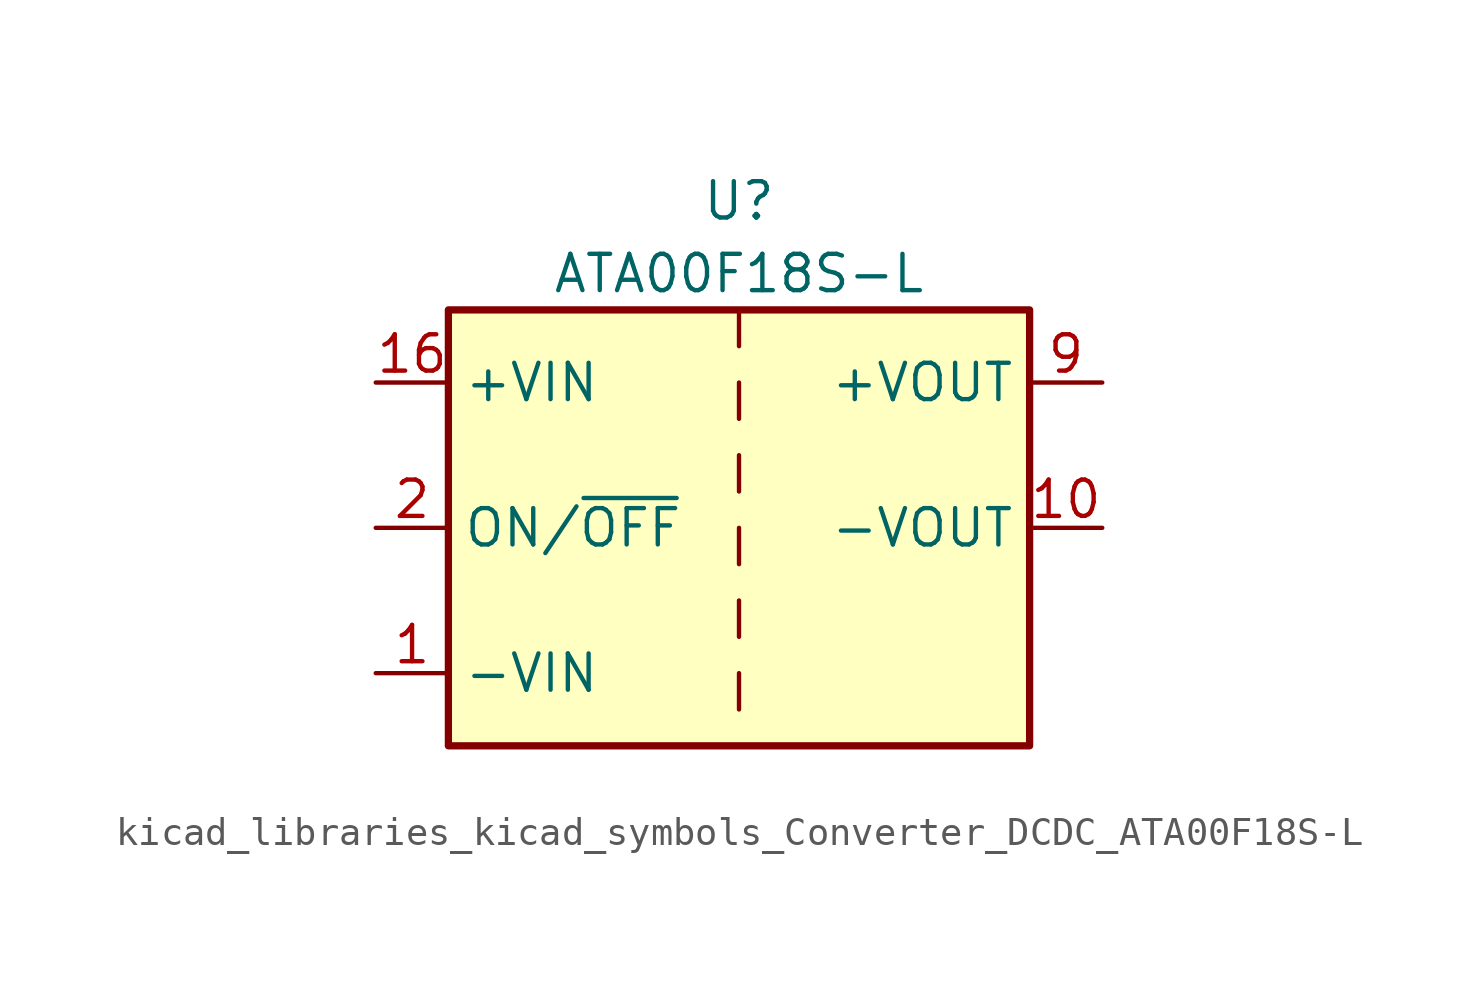
<source format=kicad_sym>
(kicad_symbol_lib
  (version 20220914)
  (generator kicad_symbol_editor)
  (symbol "kicad_libraries_kicad_symbols_Converter_DCDC_ATA00F18S-L"
    (property "Reference" "U"
      (at 0 11.43 0)
      (effects (font (size 1.27 1.27))))
    (property "Value" "ATA00F18S-L"
      (at 0 8.89 0)
      (effects (font (size 1.27 1.27))))
    (symbol "kicad_libraries_kicad_symbols_Converter_DCDC_ATA00F18S-L_0_1"
      (rectangle (start -10.16 7.62) (end 10.16 -7.62) (stroke (width 0.254) (type default)) (fill (type background)))
      (polyline (pts (xy 0 -5.08) (xy 0 -6.35)) (stroke (width 0) (type default)) (fill (type none)))
      (polyline (pts (xy 0 -2.54) (xy 0 -3.81)) (stroke (width 0) (type default)) (fill (type none)))
      (polyline (pts (xy 0 0) (xy 0 -1.27)) (stroke (width 0) (type default)) (fill (type none)))
      (polyline (pts (xy 0 2.54) (xy 0 1.27)) (stroke (width 0) (type default)) (fill (type none)))
      (polyline (pts (xy 0 5.08) (xy 0 3.81)) (stroke (width 0) (type default)) (fill (type none)))
      (polyline (pts (xy 0 7.62) (xy 0 6.35)) (stroke (width 0) (type default)) (fill (type none))))
    (symbol "kicad_libraries_kicad_symbols_Converter_DCDC_ATA00F18S-L_1_1"
      (pin power_in line (at -12.7 -5.08 0) (length 2.54) (name "-VIN" (effects (font (size 1.27 1.27)))) (number "1" (effects (font (size 1.27 1.27)))))
      (pin power_out line (at 12.7 0 180) (length 2.54) (name "-VOUT" (effects (font (size 1.27 1.27)))) (number "10" (effects (font (size 1.27 1.27)))))
      (pin power_in line (at -12.7 5.08 0) (length 2.54) (name "+VIN" (effects (font (size 1.27 1.27)))) (number "16" (effects (font (size 1.27 1.27)))))
      (pin input line (at -12.7 0 0) (length 2.54) (name "ON/~{OFF}" (effects (font (size 1.27 1.27)))) (number "2" (effects (font (size 1.27 1.27)))))
      (pin no_connect line (at 10.16 -2.54 180) (length 2.54) hide (name "NC" (effects (font (size 1.27 1.27)))) (number "7" (effects (font (size 1.27 1.27)))))
      (pin no_connect line (at 10.16 -5.08 180) (length 2.54) hide (name "NC" (effects (font (size 1.27 1.27)))) (number "8" (effects (font (size 1.27 1.27)))))
      (pin power_out line (at 12.7 5.08 180) (length 2.54) (name "+VOUT" (effects (font (size 1.27 1.27)))) (number "9" (effects (font (size 1.27 1.27))))))))
</source>
